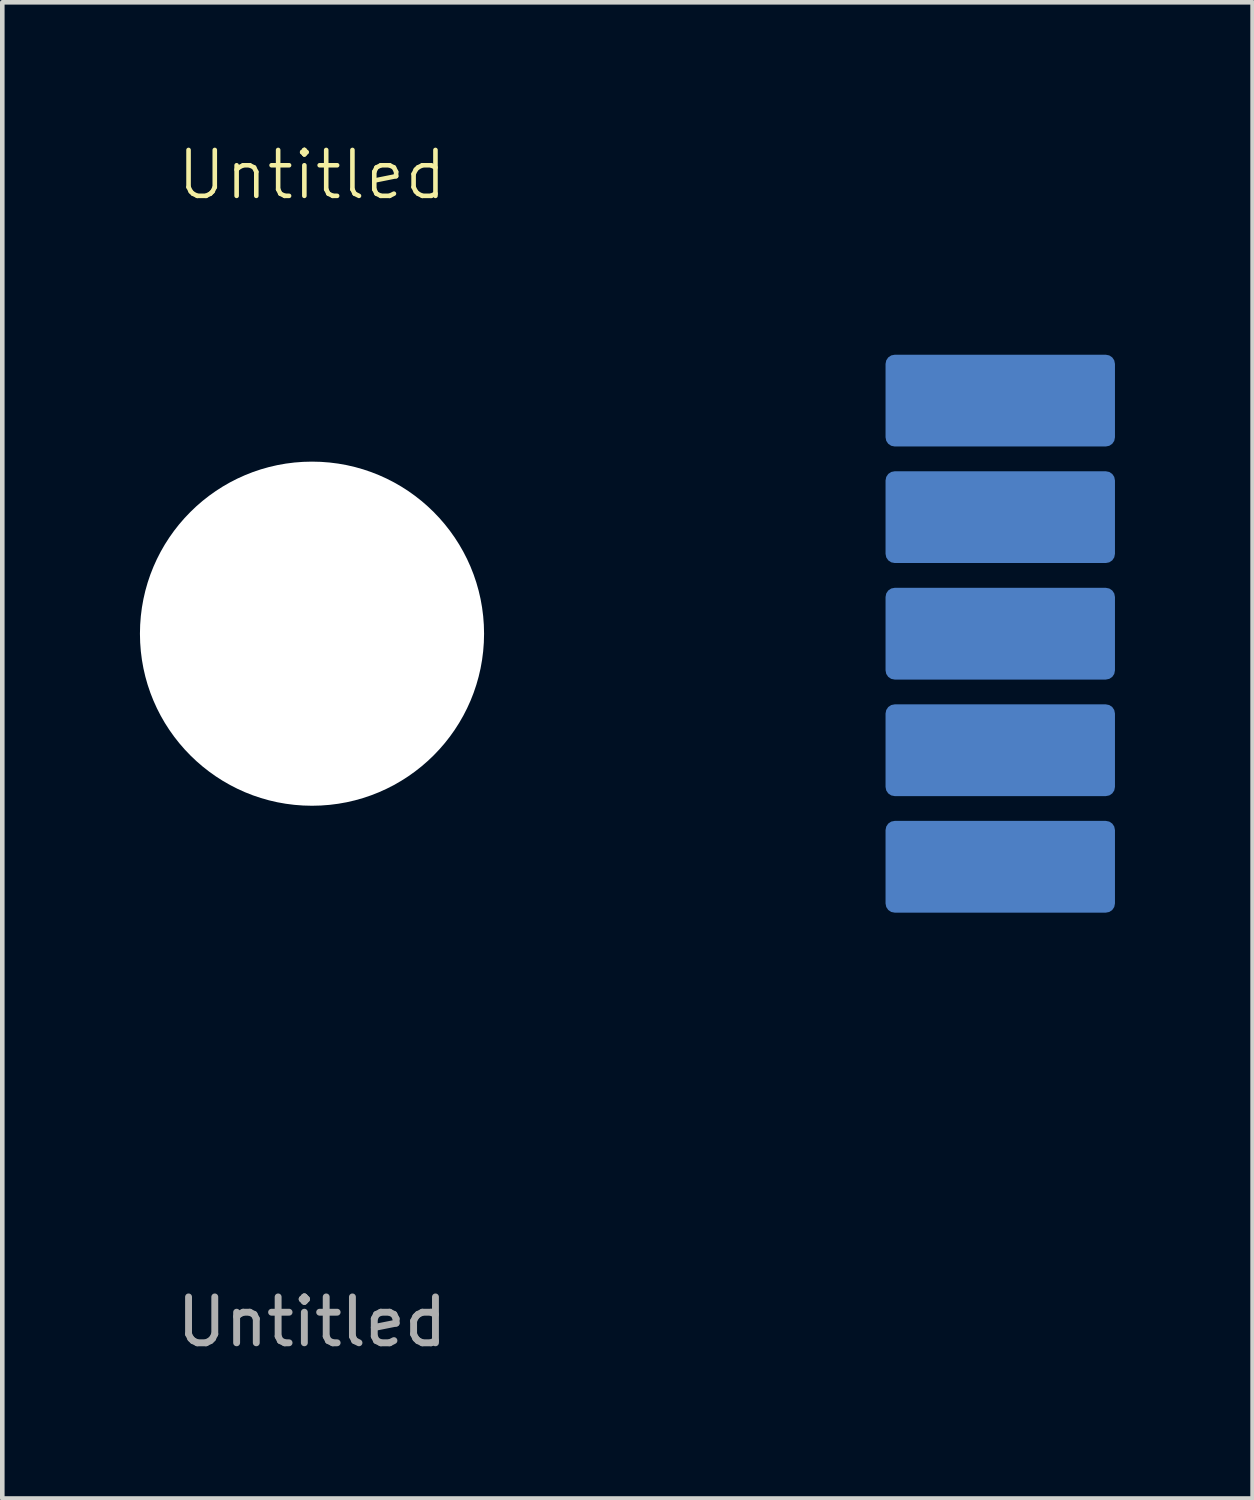
<source format=kicad_pcb>
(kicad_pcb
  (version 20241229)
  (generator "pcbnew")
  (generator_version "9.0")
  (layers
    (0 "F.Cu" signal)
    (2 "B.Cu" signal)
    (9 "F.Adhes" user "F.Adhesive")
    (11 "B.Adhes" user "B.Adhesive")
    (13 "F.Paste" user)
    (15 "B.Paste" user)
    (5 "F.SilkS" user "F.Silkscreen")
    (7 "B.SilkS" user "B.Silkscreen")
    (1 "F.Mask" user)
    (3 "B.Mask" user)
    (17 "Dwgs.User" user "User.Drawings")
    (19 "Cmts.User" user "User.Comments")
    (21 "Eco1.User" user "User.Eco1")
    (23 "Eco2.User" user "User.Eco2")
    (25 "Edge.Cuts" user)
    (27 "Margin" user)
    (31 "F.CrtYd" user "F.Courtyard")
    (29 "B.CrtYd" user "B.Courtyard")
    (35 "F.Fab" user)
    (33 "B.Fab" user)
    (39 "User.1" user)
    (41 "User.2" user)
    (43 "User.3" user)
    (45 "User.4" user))
  (footprint "Untitled"
    (layer "F.Cu")
    (at 3.75 10.761)
    (property "Reference" "Untitled" (at 0 -10 0) (unlocked yes) (layer "F.SilkS") (effects (font (size 1 1) (thickness 0.1))))
    (attr smd)
    (fp_line (start 12.5 5) (end 12.5 -5) (stroke (width 0.1) (type default)) (layer "User.1"))
    (fp_text user "${REFERENCE}" (at 0 15 0) (unlocked yes) (layer "F.Fab") (effects (font (size 1 1) (thickness 0.15))))
    (pad "" np_thru_hole circle (at 0 0) (size 7.5 7.5) (drill 7.5) (layers "*.Cu" "*.Mask"))
    (pad "1" smd roundrect (at 15 5.08) (size 5 2) (layers "B.Cu" "B.Mask" "B.Paste") (roundrect_rratio 0.1))
    (pad "2" smd roundrect (at 15 2.54) (size 5 2) (layers "B.Cu" "B.Mask" "B.Paste") (roundrect_rratio 0.1))
    (pad "3" smd roundrect (at 15 0) (size 5 2) (layers "B.Cu" "B.Mask" "B.Paste") (roundrect_rratio 0.1))
    (pad "4" smd roundrect (at 15 -2.54) (size 5 2) (layers "B.Cu" "B.Mask" "B.Paste") (roundrect_rratio 0.1))
    (pad "5" smd roundrect (at 15 -5.08) (size 5 2) (layers "B.Cu" "B.Mask" "B.Paste") (roundrect_rratio 0.1)))
  (gr_rect
    (start -3 -3)
    (end 24.25 29.609)
    (stroke (width 0.1) (type default))
    (fill no)
    (layer "Edge.Cuts")))
</source>
